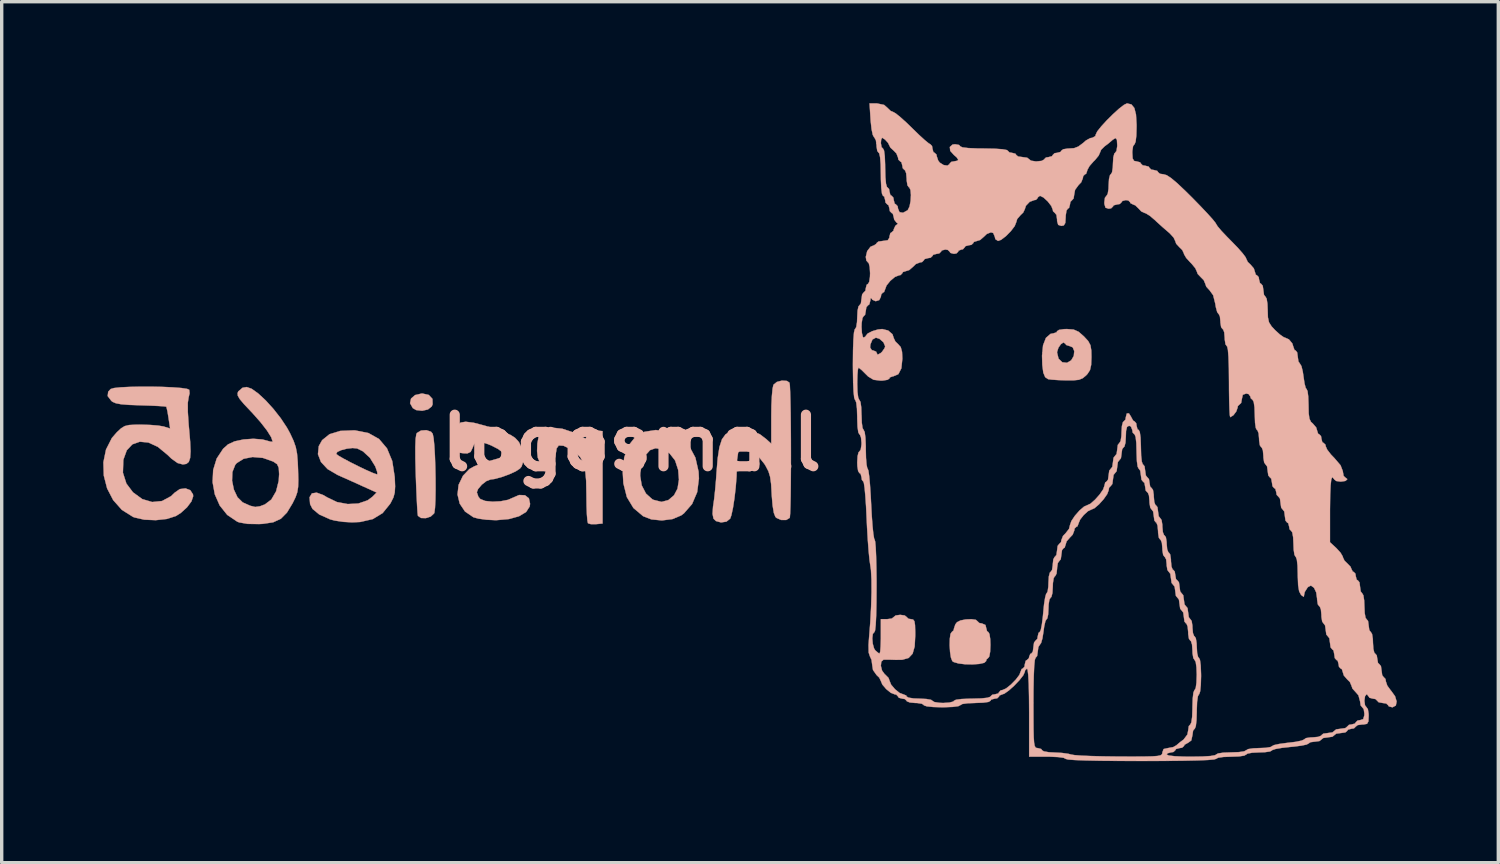
<source format=kicad_pcb>
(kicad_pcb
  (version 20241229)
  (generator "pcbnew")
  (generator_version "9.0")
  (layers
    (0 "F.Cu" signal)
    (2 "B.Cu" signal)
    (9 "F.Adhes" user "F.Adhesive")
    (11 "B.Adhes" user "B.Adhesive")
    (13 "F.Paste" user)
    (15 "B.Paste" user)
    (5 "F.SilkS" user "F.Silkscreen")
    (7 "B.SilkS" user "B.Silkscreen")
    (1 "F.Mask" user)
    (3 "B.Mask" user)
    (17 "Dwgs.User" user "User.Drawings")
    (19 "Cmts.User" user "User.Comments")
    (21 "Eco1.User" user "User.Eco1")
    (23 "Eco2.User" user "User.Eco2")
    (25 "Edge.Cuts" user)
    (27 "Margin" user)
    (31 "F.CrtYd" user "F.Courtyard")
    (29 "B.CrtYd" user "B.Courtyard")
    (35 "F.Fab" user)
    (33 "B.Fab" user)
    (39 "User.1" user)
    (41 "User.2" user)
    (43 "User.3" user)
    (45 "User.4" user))
  (footprint "logosmall"
    (layer "F.Cu")
    (at 15.612 10.038)
    (property "Reference" "logosmall" (at 0 0 0) (layer "B.SilkS") (effects (font (size 1.524 1.524) (thickness 0.3))))
    (attr through_hole)
    (fp_poly (pts (xy -5.991 -1.417) (xy -5.884 -1.302) (xy -5.879 -1.143) (xy -5.905 -1.079) (xy -6.017 -0.989) (xy -6.188 -0.951) (xy -6.364 -0.971) (xy -6.464 -1.029) (xy -6.545 -1.174) (xy -6.516 -1.311) (xy -6.395 -1.415) (xy -6.2 -1.46) (xy -6.181 -1.46) (xy -5.991 -1.417)) (stroke (width 0.01) (type solid)) (fill yes) (layer "B.SilkS"))
    (fp_poly (pts (xy -5.926 -0.331) (xy -5.876 -0.27) (xy -5.85 -0.143) (xy -5.828 0.08) (xy -5.811 0.371) (xy -5.799 0.703) (xy -5.792 1.051) (xy -5.791 1.387) (xy -5.796 1.686) (xy -5.808 1.919) (xy -5.827 2.061) (xy -5.835 2.082) (xy -5.935 2.175) (xy -6.08 2.222) (xy -6.222 2.218) (xy -6.31 2.156) (xy -6.315 2.143) (xy -6.325 2.056) (xy -6.337 1.865) (xy -6.351 1.59) (xy -6.365 1.255) (xy -6.377 0.928) (xy -6.389 0.464) (xy -6.39 0.119) (xy -6.381 -0.119) (xy -6.36 -0.257) (xy -6.343 -0.294) (xy -6.221 -0.366) (xy -6.063 -0.377) (xy -5.926 -0.331)) (stroke (width 0.01) (type solid)) (fill yes) (layer "B.SilkS"))
    (fp_poly (pts (xy 10.174 5.227) (xy 10.223 5.271) (xy 10.277 5.322) (xy 10.351 5.334) (xy 10.457 5.379) (xy 10.477 5.461) (xy 10.504 5.564) (xy 10.541 5.588) (xy 10.575 5.646) (xy 10.598 5.797) (xy 10.604 5.969) (xy 10.595 6.172) (xy 10.57 6.31) (xy 10.541 6.35) (xy 10.485 6.401) (xy 10.477 6.445) (xy 10.421 6.497) (xy 10.274 6.53) (xy 10.075 6.544) (xy 9.858 6.54) (xy 9.66 6.516) (xy 9.517 6.474) (xy 9.477 6.446) (xy 9.437 6.344) (xy 9.411 6.174) (xy 9.399 5.975) (xy 9.404 5.784) (xy 9.424 5.643) (xy 9.461 5.588) (xy 9.517 5.536) (xy 9.525 5.488) (xy 9.567 5.362) (xy 9.616 5.298) (xy 9.719 5.246) (xy 9.877 5.215) (xy 10.043 5.208) (xy 10.174 5.227)) (stroke (width 0.01) (type solid)) (fill yes) (layer "B.SilkS"))
    (fp_poly (pts (xy -2.047 -0.419) (xy -1.751 -0.321) (xy -1.678 -0.286) (xy -1.505 -0.199) (xy -1.388 -0.141) (xy -1.357 -0.127) (xy -1.336 -0.179) (xy -1.314 -0.258) (xy -1.263 -0.349) (xy -1.15 -0.374) (xy -1.068 -0.37) (xy -0.857 -0.349) (xy -0.857 2.381) (xy -1.05 2.4) (xy -1.201 2.4) (xy -1.288 2.374) (xy -1.305 2.296) (xy -1.32 2.118) (xy -1.33 1.864) (xy -1.334 1.56) (xy -1.334 1.529) (xy -1.342 1.119) (xy -1.37 0.813) (xy -1.427 0.586) (xy -1.52 0.417) (xy -1.658 0.282) (xy -1.793 0.19) (xy -2.012 0.083) (xy -2.152 0.075) (xy -2.217 0.166) (xy -2.223 0.226) (xy -2.263 0.437) (xy -2.366 0.582) (xy -2.508 0.644) (xy -2.66 0.605) (xy -2.718 0.559) (xy -2.771 0.436) (xy -2.792 0.239) (xy -2.783 0.015) (xy -2.746 -0.188) (xy -2.695 -0.303) (xy -2.547 -0.411) (xy -2.322 -0.449) (xy -2.047 -0.419)) (stroke (width 0.01) (type solid)) (fill yes) (layer "B.SilkS"))
    (fp_poly (pts (xy 1.109 -0.325) (xy 1.441 -0.163) (xy 1.703 0.094) (xy 1.886 0.435) (xy 1.98 0.85) (xy 1.99 1.051) (xy 1.939 1.453) (xy 1.789 1.803) (xy 1.549 2.079) (xy 1.467 2.141) (xy 1.208 2.25) (xy 0.896 2.29) (xy 0.584 2.259) (xy 0.342 2.165) (xy 0.055 1.923) (xy -0.139 1.601) (xy -0.242 1.194) (xy -0.255 0.97) (xy 0.254 0.97) (xy 0.3 1.254) (xy 0.426 1.497) (xy 0.609 1.662) (xy 0.648 1.682) (xy 0.886 1.742) (xy 1.087 1.689) (xy 1.254 1.547) (xy 1.358 1.35) (xy 1.4 1.086) (xy 1.378 0.799) (xy 1.291 0.532) (xy 1.278 0.507) (xy 1.12 0.306) (xy 0.918 0.185) (xy 0.706 0.157) (xy 0.544 0.214) (xy 0.41 0.365) (xy 0.31 0.601) (xy 0.258 0.88) (xy 0.254 0.97) (xy -0.255 0.97) (xy -0.261 0.868) (xy -0.218 0.431) (xy -0.094 0.082) (xy 0.108 -0.173) (xy 0.382 -0.329) (xy 0.716 -0.381) (xy 1.109 -0.325)) (stroke (width 0.01) (type solid)) (fill yes) (layer "B.SilkS"))
    (fp_poly (pts (xy 13.061 -3.35) (xy 13.211 -3.284) (xy 13.369 -3.145) (xy 13.493 -3.01) (xy 13.559 -2.888) (xy 13.585 -2.73) (xy 13.589 -2.539) (xy 13.58 -2.306) (xy 13.546 -2.154) (xy 13.473 -2.04) (xy 13.433 -1.997) (xy 13.332 -1.913) (xy 13.218 -1.866) (xy 13.05 -1.849) (xy 12.846 -1.849) (xy 12.61 -1.857) (xy 12.416 -1.87) (xy 12.31 -1.884) (xy 12.222 -1.943) (xy 12.166 -2.077) (xy 12.137 -2.304) (xy 12.129 -2.578) (xy 12.138 -2.669) (xy 12.573 -2.669) (xy 12.617 -2.49) (xy 12.726 -2.384) (xy 12.867 -2.368) (xy 12.99 -2.44) (xy 13.067 -2.571) (xy 13.081 -2.714) (xy 13.036 -2.824) (xy 12.959 -2.857) (xy 12.846 -2.893) (xy 12.811 -2.936) (xy 12.761 -2.969) (xy 12.686 -2.918) (xy 12.614 -2.816) (xy 12.575 -2.695) (xy 12.573 -2.669) (xy 12.138 -2.669) (xy 12.159 -2.886) (xy 12.244 -3.104) (xy 12.379 -3.222) (xy 12.469 -3.239) (xy 12.559 -3.27) (xy 12.573 -3.302) (xy 12.63 -3.34) (xy 12.774 -3.362) (xy 12.861 -3.365) (xy 13.061 -3.35)) (stroke (width 0.01) (type solid)) (fill yes) (layer "B.SilkS"))
    (fp_poly (pts (xy -8.167 -0.37) (xy -7.775 -0.292) (xy -7.461 -0.115) (xy -7.227 0.161) (xy -7.072 0.535) (xy -6.999 1.005) (xy -6.998 1.021) (xy -6.987 1.285) (xy -6.998 1.466) (xy -7.037 1.611) (xy -7.113 1.762) (xy -7.135 1.8) (xy -7.356 2.073) (xy -7.647 2.25) (xy -8.02 2.336) (xy -8.259 2.347) (xy -8.519 2.332) (xy -8.767 2.295) (xy -8.905 2.259) (xy -9.228 2.114) (xy -9.427 1.95) (xy -9.499 1.809) (xy -9.515 1.606) (xy -9.446 1.491) (xy -9.305 1.469) (xy -9.102 1.544) (xy -8.992 1.61) (xy -8.706 1.747) (xy -8.388 1.806) (xy -8.074 1.79) (xy -7.802 1.697) (xy -7.662 1.595) (xy -7.533 1.466) (xy -7.974 1.266) (xy -8.234 1.148) (xy -8.491 1.033) (xy -8.685 0.947) (xy -8.982 0.773) (xy -9.178 0.563) (xy -9.267 0.332) (xy -9.266 0.322) (xy -8.728 0.322) (xy -8.726 0.326) (xy -8.657 0.379) (xy -8.506 0.466) (xy -8.303 0.574) (xy -8.076 0.688) (xy -7.855 0.794) (xy -7.668 0.877) (xy -7.544 0.924) (xy -7.51 0.927) (xy -7.516 0.859) (xy -7.563 0.722) (xy -7.576 0.689) (xy -7.73 0.44) (xy -7.939 0.247) (xy -8.109 0.163) (xy -8.245 0.15) (xy -8.414 0.17) (xy -8.577 0.212) (xy -8.695 0.266) (xy -8.728 0.322) (xy -9.266 0.322) (xy -9.242 0.094) (xy -9.143 -0.082) (xy -8.924 -0.258) (xy -8.609 -0.355) (xy -8.2 -0.372) (xy -8.167 -0.37)) (stroke (width 0.01) (type solid)) (fill yes) (layer "B.SilkS"))
    (fp_poly (pts (xy 4.591 -1.832) (xy 4.665 -1.781) (xy 4.677 -1.701) (xy 4.686 -1.514) (xy 4.694 -1.237) (xy 4.701 -0.891) (xy 4.705 -0.495) (xy 4.708 -0.067) (xy 4.709 0.374) (xy 4.708 0.807) (xy 4.705 1.215) (xy 4.701 1.577) (xy 4.694 1.876) (xy 4.686 2.091) (xy 4.676 2.204) (xy 4.672 2.215) (xy 4.569 2.277) (xy 4.419 2.276) (xy 4.281 2.215) (xy 4.25 2.185) (xy 4.204 2.067) (xy 4.167 1.846) (xy 4.142 1.547) (xy 4.14 1.502) (xy 4.123 1.208) (xy 4.094 1.001) (xy 4.045 0.84) (xy 3.965 0.686) (xy 3.928 0.625) (xy 3.756 0.408) (xy 3.566 0.25) (xy 3.518 0.223) (xy 3.339 0.16) (xy 3.219 0.178) (xy 3.148 0.29) (xy 3.116 0.508) (xy 3.111 0.702) (xy 3.102 0.992) (xy 3.077 1.314) (xy 3.04 1.634) (xy 2.996 1.919) (xy 2.949 2.137) (xy 2.913 2.237) (xy 2.804 2.325) (xy 2.644 2.349) (xy 2.493 2.308) (xy 2.421 2.237) (xy 2.393 2.095) (xy 2.407 1.883) (xy 2.414 1.841) (xy 2.441 1.653) (xy 2.47 1.383) (xy 2.497 1.072) (xy 2.509 0.889) (xy 2.545 0.451) (xy 2.596 0.124) (xy 2.671 -0.107) (xy 2.779 -0.257) (xy 2.931 -0.342) (xy 3.133 -0.377) (xy 3.257 -0.381) (xy 3.555 -0.353) (xy 3.792 -0.256) (xy 3.985 -0.108) (xy 4.128 0.022) (xy 4.128 -0.787) (xy 4.132 -1.105) (xy 4.146 -1.385) (xy 4.166 -1.598) (xy 4.191 -1.714) (xy 4.193 -1.719) (xy 4.293 -1.802) (xy 4.445 -1.842) (xy 4.591 -1.832)) (stroke (width 0.01) (type solid)) (fill yes) (layer "B.SilkS"))
    (fp_poly (pts (xy -4.665 -0.596) (xy -4.333 -0.509) (xy -4.065 -0.424) (xy -3.773 -0.321) (xy -3.576 -0.236) (xy -3.445 -0.152) (xy -3.352 -0.054) (xy -3.318 -0.006) (xy -3.205 0.242) (xy -3.182 0.489) (xy -3.25 0.698) (xy -3.299 0.758) (xy -3.424 0.84) (xy -3.625 0.931) (xy -3.853 1.013) (xy -4.059 1.067) (xy -4.162 1.079) (xy -4.287 1.125) (xy -4.426 1.233) (xy -4.536 1.363) (xy -4.572 1.457) (xy -4.526 1.591) (xy -4.47 1.657) (xy -4.326 1.714) (xy -4.11 1.736) (xy -3.868 1.724) (xy -3.649 1.681) (xy -3.529 1.628) (xy -3.323 1.539) (xy -3.15 1.546) (xy -3.034 1.636) (xy -2.999 1.799) (xy -3.011 1.877) (xy -3.115 2.039) (xy -3.325 2.166) (xy -3.622 2.249) (xy -3.99 2.282) (xy -4.032 2.282) (xy -4.29 2.269) (xy -4.524 2.237) (xy -4.673 2.196) (xy -4.921 2.027) (xy -5.078 1.794) (xy -5.143 1.523) (xy -5.111 1.239) (xy -4.982 0.971) (xy -4.793 0.772) (xy -4.648 0.691) (xy -4.428 0.603) (xy -4.188 0.53) (xy -3.972 0.469) (xy -3.815 0.416) (xy -3.747 0.379) (xy -3.747 0.377) (xy -3.801 0.286) (xy -3.945 0.178) (xy -4.145 0.075) (xy -4.25 0.033) (xy -4.451 -0.034) (xy -4.566 -0.052) (xy -4.63 -0.012) (xy -4.677 0.093) (xy -4.691 0.131) (xy -4.755 0.265) (xy -4.852 0.31) (xy -4.967 0.306) (xy -5.086 0.289) (xy -5.148 0.246) (xy -5.171 0.144) (xy -5.173 -0.049) (xy -5.173 -0.064) (xy -5.165 -0.281) (xy -5.144 -0.457) (xy -5.128 -0.524) (xy -5.052 -0.602) (xy -4.902 -0.626) (xy -4.665 -0.596)) (stroke (width 0.01) (type solid)) (fill yes) (layer "B.SilkS"))
    (fp_poly (pts (xy -11.226 -1.6) (xy -11.033 -1.462) (xy -10.812 -1.257) (xy -10.584 -1.006) (xy -10.367 -0.73) (xy -10.181 -0.449) (xy -10.09 -0.282) (xy -9.988 -0.063) (xy -9.923 0.122) (xy -9.885 0.318) (xy -9.864 0.568) (xy -9.855 0.79) (xy -9.847 1.089) (xy -9.853 1.299) (xy -9.878 1.457) (xy -9.928 1.601) (xy -10.009 1.767) (xy -10.012 1.775) (xy -10.183 2.058) (xy -10.364 2.241) (xy -10.59 2.345) (xy -10.895 2.391) (xy -11.005 2.397) (xy -11.342 2.392) (xy -11.591 2.349) (xy -11.652 2.326) (xy -11.948 2.126) (xy -12.17 1.848) (xy -12.315 1.518) (xy -12.38 1.16) (xy -12.378 1.115) (xy -11.805 1.115) (xy -11.752 1.377) (xy -11.646 1.603) (xy -11.494 1.754) (xy -11.475 1.764) (xy -11.267 1.857) (xy -11.12 1.892) (xy -10.981 1.872) (xy -10.835 1.817) (xy -10.644 1.672) (xy -10.504 1.431) (xy -10.426 1.119) (xy -10.414 0.921) (xy -10.425 0.735) (xy -10.474 0.628) (xy -10.582 0.554) (xy -10.589 0.55) (xy -10.895 0.442) (xy -11.198 0.416) (xy -11.466 0.469) (xy -11.67 0.598) (xy -11.713 0.651) (xy -11.795 0.859) (xy -11.805 1.115) (xy -12.378 1.115) (xy -12.363 0.8) (xy -12.26 0.463) (xy -12.069 0.173) (xy -11.923 0.042) (xy -11.732 -0.046) (xy -11.466 -0.103) (xy -11.175 -0.123) (xy -10.908 -0.102) (xy -10.798 -0.074) (xy -10.667 -0.037) (xy -10.605 -0.036) (xy -10.604 -0.038) (xy -10.649 -0.17) (xy -10.772 -0.367) (xy -10.961 -0.61) (xy -11.199 -0.879) (xy -11.251 -0.934) (xy -11.453 -1.148) (xy -11.576 -1.294) (xy -11.635 -1.395) (xy -11.642 -1.47) (xy -11.622 -1.521) (xy -11.496 -1.63) (xy -11.372 -1.651) (xy -11.226 -1.6)) (stroke (width 0.01) (type solid)) (fill yes) (layer "B.SilkS"))
    (fp_poly (pts (xy -14.186 -1.663) (xy -13.854 -1.656) (xy -13.551 -1.642) (xy -13.302 -1.623) (xy -13.133 -1.597) (xy -13.071 -1.571) (xy -13.06 -1.466) (xy -13.089 -1.344) (xy -13.113 -1.187) (xy -13.112 -0.915) (xy -13.087 -0.535) (xy -13.077 -0.432) (xy -13.043 -0.037) (xy -13.031 0.249) (xy -13.044 0.443) (xy -13.084 0.561) (xy -13.155 0.619) (xy -13.259 0.635) (xy -13.259 0.635) (xy -13.414 0.594) (xy -13.597 0.463) (xy -13.717 0.348) (xy -14 0.115) (xy -14.276 -0.012) (xy -14.531 -0.036) (xy -14.75 0.041) (xy -14.916 0.217) (xy -15.015 0.49) (xy -15.018 0.508) (xy -15.03 0.88) (xy -14.927 1.202) (xy -14.732 1.46) (xy -14.458 1.66) (xy -14.166 1.746) (xy -13.875 1.717) (xy -13.608 1.573) (xy -13.5 1.469) (xy -13.348 1.364) (xy -13.182 1.343) (xy -13.04 1.396) (xy -12.96 1.518) (xy -12.954 1.575) (xy -13.005 1.727) (xy -13.137 1.903) (xy -13.319 2.068) (xy -13.465 2.16) (xy -13.731 2.246) (xy -14.06 2.282) (xy -14.398 2.268) (xy -14.691 2.201) (xy -14.732 2.185) (xy -15.061 1.978) (xy -15.317 1.69) (xy -15.497 1.344) (xy -15.595 0.963) (xy -15.607 0.572) (xy -15.529 0.194) (xy -15.356 -0.146) (xy -15.207 -0.318) (xy -15.085 -0.431) (xy -14.978 -0.497) (xy -14.848 -0.529) (xy -14.654 -0.539) (xy -14.49 -0.54) (xy -14.227 -0.532) (xy -13.99 -0.513) (xy -13.828 -0.486) (xy -13.819 -0.483) (xy -13.635 -0.426) (xy -13.682 -0.737) (xy -13.712 -0.921) (xy -13.74 -1.044) (xy -13.75 -1.071) (xy -13.818 -1.081) (xy -13.988 -1.092) (xy -14.232 -1.103) (xy -14.51 -1.112) (xy -14.848 -1.124) (xy -15.082 -1.143) (xy -15.236 -1.172) (xy -15.335 -1.214) (xy -15.371 -1.242) (xy -15.48 -1.385) (xy -15.465 -1.513) (xy -15.392 -1.593) (xy -15.296 -1.622) (xy -15.101 -1.643) (xy -14.835 -1.656) (xy -14.521 -1.663) (xy -14.186 -1.663)) (stroke (width 0.01) (type solid)) (fill yes) (layer "B.SilkS"))
    (fp_poly (pts (xy 7.462 -9.988) (xy 7.556 -9.906) (xy 7.658 -9.808) (xy 7.73 -9.779) (xy 7.807 -9.736) (xy 7.949 -9.621) (xy 8.135 -9.453) (xy 8.289 -9.303) (xy 8.49 -9.107) (xy 8.662 -8.95) (xy 8.783 -8.851) (xy 8.828 -8.826) (xy 8.878 -8.773) (xy 8.89 -8.7) (xy 8.917 -8.596) (xy 8.954 -8.572) (xy 9.009 -8.521) (xy 9.017 -8.473) (xy 9.059 -8.346) (xy 9.108 -8.282) (xy 9.221 -8.211) (xy 9.333 -8.195) (xy 9.396 -8.238) (xy 9.398 -8.255) (xy 9.451 -8.307) (xy 9.525 -8.319) (xy 9.628 -8.339) (xy 9.652 -8.368) (xy 9.606 -8.439) (xy 9.525 -8.509) (xy 9.416 -8.63) (xy 9.404 -8.744) (xy 9.485 -8.816) (xy 9.557 -8.826) (xy 9.676 -8.805) (xy 9.716 -8.763) (xy 9.776 -8.734) (xy 9.948 -8.713) (xy 10.213 -8.702) (xy 10.414 -8.7) (xy 10.729 -8.694) (xy 10.96 -8.678) (xy 11.09 -8.654) (xy 11.113 -8.636) (xy 11.166 -8.584) (xy 11.239 -8.572) (xy 11.343 -8.546) (xy 11.367 -8.509) (xy 11.422 -8.464) (xy 11.555 -8.446) (xy 11.557 -8.445) (xy 11.691 -8.427) (xy 11.747 -8.383) (xy 11.748 -8.382) (xy 11.803 -8.34) (xy 11.941 -8.319) (xy 11.97 -8.319) (xy 12.117 -8.334) (xy 12.19 -8.374) (xy 12.192 -8.382) (xy 12.245 -8.434) (xy 12.319 -8.445) (xy 12.422 -8.472) (xy 12.446 -8.509) (xy 12.499 -8.561) (xy 12.573 -8.572) (xy 12.676 -8.599) (xy 12.7 -8.636) (xy 12.756 -8.678) (xy 12.893 -8.699) (xy 12.925 -8.7) (xy 13.077 -8.71) (xy 13.201 -8.758) (xy 13.344 -8.864) (xy 13.428 -8.938) (xy 13.555 -9.007) (xy 13.616 -9.017) (xy 13.703 -9.066) (xy 13.716 -9.113) (xy 13.76 -9.205) (xy 13.877 -9.352) (xy 14.04 -9.53) (xy 14.223 -9.712) (xy 14.401 -9.874) (xy 14.549 -9.989) (xy 14.64 -10.033) (xy 14.77 -10.002) (xy 14.856 -9.897) (xy 14.905 -9.702) (xy 14.922 -9.402) (xy 14.922 -9.339) (xy 14.915 -9.086) (xy 14.895 -8.908) (xy 14.865 -8.828) (xy 14.859 -8.826) (xy 14.819 -8.77) (xy 14.797 -8.629) (xy 14.796 -8.572) (xy 14.806 -8.406) (xy 14.849 -8.333) (xy 14.922 -8.319) (xy 15.026 -8.292) (xy 15.05 -8.255) (xy 15.103 -8.203) (xy 15.177 -8.191) (xy 15.28 -8.165) (xy 15.303 -8.128) (xy 15.357 -8.076) (xy 15.431 -8.065) (xy 15.534 -8.038) (xy 15.557 -8.001) (xy 15.612 -7.953) (xy 15.718 -7.938) (xy 15.811 -7.912) (xy 15.942 -7.827) (xy 16.124 -7.674) (xy 16.369 -7.442) (xy 16.576 -7.237) (xy 16.815 -6.992) (xy 17.019 -6.776) (xy 17.172 -6.606) (xy 17.258 -6.498) (xy 17.272 -6.472) (xy 17.315 -6.402) (xy 17.429 -6.267) (xy 17.597 -6.09) (xy 17.716 -5.969) (xy 17.906 -5.774) (xy 18.056 -5.604) (xy 18.145 -5.485) (xy 18.161 -5.446) (xy 18.208 -5.347) (xy 18.288 -5.271) (xy 18.387 -5.156) (xy 18.415 -5.066) (xy 18.445 -4.971) (xy 18.479 -4.953) (xy 18.53 -4.9) (xy 18.542 -4.826) (xy 18.569 -4.723) (xy 18.605 -4.699) (xy 18.65 -4.644) (xy 18.669 -4.511) (xy 18.669 -4.508) (xy 18.687 -4.375) (xy 18.732 -4.318) (xy 18.733 -4.318) (xy 18.766 -4.26) (xy 18.789 -4.109) (xy 18.796 -3.935) (xy 18.803 -3.711) (xy 18.835 -3.564) (xy 18.912 -3.443) (xy 19.016 -3.332) (xy 19.158 -3.203) (xy 19.271 -3.124) (xy 19.306 -3.112) (xy 19.423 -3.06) (xy 19.523 -2.941) (xy 19.558 -2.83) (xy 19.591 -2.743) (xy 19.622 -2.731) (xy 19.667 -2.675) (xy 19.685 -2.545) (xy 19.705 -2.406) (xy 19.752 -2.338) (xy 19.794 -2.268) (xy 19.833 -2.109) (xy 19.856 -1.952) (xy 19.885 -1.756) (xy 19.92 -1.624) (xy 19.948 -1.587) (xy 19.974 -1.529) (xy 19.994 -1.376) (xy 20.002 -1.158) (xy 20.003 -1.125) (xy 20.008 -0.874) (xy 20.029 -0.718) (xy 20.074 -0.623) (xy 20.13 -0.572) (xy 20.229 -0.457) (xy 20.256 -0.367) (xy 20.286 -0.272) (xy 20.32 -0.254) (xy 20.372 -0.201) (xy 20.384 -0.127) (xy 20.41 -0.024) (xy 20.447 0) (xy 20.503 0.052) (xy 20.511 0.1) (xy 20.554 0.197) (xy 20.665 0.341) (xy 20.765 0.445) (xy 20.949 0.66) (xy 21.018 0.839) (xy 21.018 0.852) (xy 21.04 0.974) (xy 21.082 1.016) (xy 21.144 1.064) (xy 21.145 1.079) (xy 21.09 1.124) (xy 20.957 1.143) (xy 20.955 1.143) (xy 20.821 1.125) (xy 20.765 1.08) (xy 20.765 1.079) (xy 20.716 1.018) (xy 20.701 1.016) (xy 20.675 1.078) (xy 20.656 1.255) (xy 20.643 1.539) (xy 20.638 1.916) (xy 20.637 1.975) (xy 20.637 2.934) (xy 20.828 3.111) (xy 20.949 3.244) (xy 21.014 3.355) (xy 21.018 3.377) (xy 21.066 3.479) (xy 21.145 3.556) (xy 21.244 3.657) (xy 21.273 3.729) (xy 21.312 3.804) (xy 21.336 3.81) (xy 21.388 3.863) (xy 21.399 3.937) (xy 21.426 4.04) (xy 21.463 4.064) (xy 21.508 4.119) (xy 21.526 4.252) (xy 21.526 4.255) (xy 21.545 4.388) (xy 21.589 4.445) (xy 21.59 4.445) (xy 21.624 4.503) (xy 21.647 4.654) (xy 21.654 4.826) (xy 21.663 5.029) (xy 21.688 5.167) (xy 21.717 5.207) (xy 21.762 5.262) (xy 21.78 5.395) (xy 21.78 5.397) (xy 21.799 5.531) (xy 21.843 5.588) (xy 21.844 5.588) (xy 21.88 5.645) (xy 21.903 5.791) (xy 21.907 5.905) (xy 21.919 6.087) (xy 21.948 6.202) (xy 21.971 6.223) (xy 22.019 6.277) (xy 22.035 6.382) (xy 22.056 6.501) (xy 22.098 6.54) (xy 22.143 6.596) (xy 22.161 6.729) (xy 22.162 6.731) (xy 22.18 6.865) (xy 22.224 6.921) (xy 22.225 6.921) (xy 22.277 6.975) (xy 22.288 7.046) (xy 22.331 7.173) (xy 22.436 7.317) (xy 22.447 7.328) (xy 22.56 7.485) (xy 22.606 7.639) (xy 22.583 7.759) (xy 22.488 7.81) (xy 22.479 7.811) (xy 22.376 7.784) (xy 22.352 7.747) (xy 22.298 7.699) (xy 22.193 7.684) (xy 22.074 7.662) (xy 22.035 7.62) (xy 21.981 7.568) (xy 21.907 7.556) (xy 21.804 7.53) (xy 21.78 7.493) (xy 21.732 7.431) (xy 21.717 7.429) (xy 21.672 7.485) (xy 21.654 7.618) (xy 21.654 7.62) (xy 21.672 7.754) (xy 21.716 7.81) (xy 21.717 7.811) (xy 21.757 7.867) (xy 21.779 8.008) (xy 21.78 8.065) (xy 21.773 8.227) (xy 21.732 8.3) (xy 21.631 8.318) (xy 21.59 8.319) (xy 21.456 8.337) (xy 21.4 8.381) (xy 21.399 8.382) (xy 21.346 8.434) (xy 21.273 8.445) (xy 21.169 8.472) (xy 21.145 8.509) (xy 21.09 8.554) (xy 20.957 8.572) (xy 20.955 8.572) (xy 20.821 8.591) (xy 20.765 8.635) (xy 20.765 8.636) (xy 20.709 8.681) (xy 20.576 8.699) (xy 20.574 8.7) (xy 20.44 8.718) (xy 20.384 8.762) (xy 20.384 8.763) (xy 20.328 8.808) (xy 20.195 8.826) (xy 20.193 8.826) (xy 20.059 8.843) (xy 20.003 8.882) (xy 20.003 8.882) (xy 19.944 8.913) (xy 19.788 8.945) (xy 19.563 8.974) (xy 19.463 8.983) (xy 19.219 9.01) (xy 19.033 9.042) (xy 18.932 9.075) (xy 18.923 9.086) (xy 18.865 9.117) (xy 18.715 9.138) (xy 18.542 9.144) (xy 18.339 9.154) (xy 18.201 9.179) (xy 18.161 9.207) (xy 18.102 9.24) (xy 17.945 9.263) (xy 17.717 9.271) (xy 17.716 9.271) (xy 17.488 9.279) (xy 17.331 9.302) (xy 17.272 9.334) (xy 17.272 9.335) (xy 17.209 9.353) (xy 17.023 9.369) (xy 16.716 9.381) (xy 16.292 9.39) (xy 15.755 9.396) (xy 15.108 9.398) (xy 15.05 9.398) (xy 14.393 9.396) (xy 13.847 9.391) (xy 13.414 9.382) (xy 13.098 9.37) (xy 12.901 9.355) (xy 12.827 9.336) (xy 12.827 9.335) (xy 12.767 9.304) (xy 12.603 9.282) (xy 12.357 9.271) (xy 12.287 9.271) (xy 11.748 9.271) (xy 11.748 7.969) (xy 11.746 7.684) (xy 11.874 7.684) (xy 11.875 8.127) (xy 11.877 8.459) (xy 11.883 8.697) (xy 11.894 8.855) (xy 11.911 8.95) (xy 11.937 8.998) (xy 11.972 9.015) (xy 12.002 9.017) (xy 12.105 9.044) (xy 12.129 9.081) (xy 12.186 9.115) (xy 12.335 9.14) (xy 12.494 9.148) (xy 12.718 9.16) (xy 12.906 9.186) (xy 12.986 9.207) (xy 13.086 9.224) (xy 13.292 9.24) (xy 13.582 9.252) (xy 13.935 9.261) (xy 14.329 9.266) (xy 14.399 9.267) (xy 14.833 9.268) (xy 15.157 9.266) (xy 15.386 9.261) (xy 15.537 9.25) (xy 15.626 9.232) (xy 15.669 9.205) (xy 15.683 9.169) (xy 15.684 9.144) (xy 15.721 9.045) (xy 15.847 9.017) (xy 15.848 9.017) (xy 16.005 8.988) (xy 16.094 8.938) (xy 16.212 8.839) (xy 16.312 8.765) (xy 16.424 8.616) (xy 16.447 8.495) (xy 16.466 8.367) (xy 16.51 8.319) (xy 16.541 8.259) (xy 16.564 8.097) (xy 16.573 7.856) (xy 16.573 7.811) (xy 16.581 7.559) (xy 16.601 7.382) (xy 16.631 7.304) (xy 16.637 7.303) (xy 16.67 7.244) (xy 16.692 7.086) (xy 16.7 6.858) (xy 16.701 6.858) (xy 16.692 6.63) (xy 16.67 6.472) (xy 16.637 6.413) (xy 16.637 6.413) (xy 16.599 6.357) (xy 16.576 6.213) (xy 16.573 6.128) (xy 16.561 5.957) (xy 16.529 5.855) (xy 16.51 5.842) (xy 16.47 5.786) (xy 16.448 5.645) (xy 16.447 5.588) (xy 16.432 5.429) (xy 16.397 5.34) (xy 16.383 5.334) (xy 16.338 5.279) (xy 16.32 5.146) (xy 16.32 5.144) (xy 16.301 5.01) (xy 16.257 4.953) (xy 16.256 4.953) (xy 16.211 4.898) (xy 16.193 4.765) (xy 16.192 4.763) (xy 16.174 4.629) (xy 16.13 4.572) (xy 16.129 4.572) (xy 16.084 4.517) (xy 16.066 4.384) (xy 16.066 4.381) (xy 16.047 4.248) (xy 16.003 4.191) (xy 16.002 4.191) (xy 15.957 4.136) (xy 15.939 4.003) (xy 15.938 4) (xy 15.92 3.867) (xy 15.876 3.81) (xy 15.875 3.81) (xy 15.833 3.754) (xy 15.812 3.617) (xy 15.812 3.588) (xy 15.796 3.441) (xy 15.756 3.367) (xy 15.748 3.365) (xy 15.708 3.309) (xy 15.686 3.168) (xy 15.684 3.111) (xy 15.67 2.952) (xy 15.635 2.864) (xy 15.621 2.857) (xy 15.581 2.801) (xy 15.559 2.66) (xy 15.557 2.603) (xy 15.543 2.444) (xy 15.508 2.356) (xy 15.494 2.349) (xy 15.449 2.294) (xy 15.431 2.161) (xy 15.431 2.159) (xy 15.412 2.025) (xy 15.368 1.969) (xy 15.367 1.968) (xy 15.327 1.912) (xy 15.305 1.771) (xy 15.303 1.714) (xy 15.289 1.555) (xy 15.254 1.467) (xy 15.24 1.46) (xy 15.192 1.406) (xy 15.177 1.302) (xy 15.155 1.182) (xy 15.113 1.143) (xy 15.068 1.088) (xy 15.05 0.955) (xy 15.05 0.953) (xy 15.031 0.819) (xy 14.987 0.762) (xy 14.986 0.762) (xy 14.955 0.703) (xy 14.932 0.54) (xy 14.923 0.299) (xy 14.922 0.254) (xy 14.915 0.002) (xy 14.895 -0.174) (xy 14.865 -0.252) (xy 14.859 -0.254) (xy 14.807 -0.307) (xy 14.796 -0.381) (xy 14.756 -0.484) (xy 14.7 -0.508) (xy 14.64 -0.474) (xy 14.611 -0.356) (xy 14.605 -0.191) (xy 14.594 -0.009) (xy 14.564 0.106) (xy 14.541 0.127) (xy 14.497 0.182) (xy 14.478 0.315) (xy 14.478 0.318) (xy 14.46 0.451) (xy 14.415 0.508) (xy 14.415 0.508) (xy 14.37 0.563) (xy 14.351 0.696) (xy 14.351 0.699) (xy 14.333 0.832) (xy 14.288 0.889) (xy 14.287 0.889) (xy 14.243 0.944) (xy 14.224 1.077) (xy 14.224 1.079) (xy 14.206 1.213) (xy 14.161 1.27) (xy 14.161 1.27) (xy 14.109 1.323) (xy 14.097 1.399) (xy 14.054 1.512) (xy 13.948 1.663) (xy 13.812 1.814) (xy 13.679 1.928) (xy 13.588 1.968) (xy 13.486 2.016) (xy 13.361 2.129) (xy 13.255 2.264) (xy 13.208 2.375) (xy 13.208 2.378) (xy 13.175 2.465) (xy 13.145 2.477) (xy 13.091 2.529) (xy 13.081 2.589) (xy 13.033 2.712) (xy 12.954 2.794) (xy 12.855 2.908) (xy 12.827 2.999) (xy 12.797 3.094) (xy 12.764 3.111) (xy 12.719 3.167) (xy 12.7 3.3) (xy 12.7 3.302) (xy 12.682 3.436) (xy 12.637 3.492) (xy 12.636 3.493) (xy 12.595 3.548) (xy 12.574 3.686) (xy 12.573 3.715) (xy 12.557 3.862) (xy 12.518 3.935) (xy 12.509 3.937) (xy 12.473 3.994) (xy 12.45 4.14) (xy 12.446 4.255) (xy 12.435 4.436) (xy 12.405 4.551) (xy 12.383 4.572) (xy 12.346 4.629) (xy 12.323 4.775) (xy 12.319 4.889) (xy 12.309 5.071) (xy 12.284 5.186) (xy 12.264 5.207) (xy 12.229 5.264) (xy 12.194 5.413) (xy 12.172 5.571) (xy 12.141 5.772) (xy 12.1 5.913) (xy 12.068 5.957) (xy 12.02 6.03) (xy 12.002 6.165) (xy 11.983 6.296) (xy 11.938 6.35) (xy 11.915 6.412) (xy 11.897 6.595) (xy 11.884 6.89) (xy 11.876 7.292) (xy 11.874 7.684) (xy 11.746 7.684) (xy 11.744 7.495) (xy 11.736 7.121) (xy 11.721 6.854) (xy 11.702 6.702) (xy 11.684 6.668) (xy 11.628 6.719) (xy 11.62 6.764) (xy 11.575 6.865) (xy 11.461 7.01) (xy 11.308 7.171) (xy 11.149 7.314) (xy 11.015 7.409) (xy 10.955 7.429) (xy 10.87 7.463) (xy 10.858 7.493) (xy 10.805 7.545) (xy 10.732 7.556) (xy 10.628 7.583) (xy 10.604 7.62) (xy 10.546 7.653) (xy 10.388 7.675) (xy 10.16 7.683) (xy 10.16 7.684) (xy 9.932 7.692) (xy 9.774 7.714) (xy 9.716 7.747) (xy 9.716 7.747) (xy 9.656 7.778) (xy 9.492 7.8) (xy 9.245 7.81) (xy 9.176 7.811) (xy 8.913 7.803) (xy 8.727 7.784) (xy 8.64 7.755) (xy 8.636 7.747) (xy 8.58 7.707) (xy 8.439 7.685) (xy 8.382 7.684) (xy 8.223 7.669) (xy 8.134 7.634) (xy 8.128 7.62) (xy 8.075 7.568) (xy 8.001 7.556) (xy 7.898 7.53) (xy 7.874 7.493) (xy 7.822 7.437) (xy 7.776 7.429) (xy 7.66 7.383) (xy 7.524 7.273) (xy 7.411 7.141) (xy 7.366 7.034) (xy 7.319 6.935) (xy 7.239 6.858) (xy 7.134 6.709) (xy 7.112 6.571) (xy 7.091 6.41) (xy 7.043 6.306) (xy 7.006 6.194) (xy 7.002 5.969) (xy 7.014 5.801) (xy 7.052 5.314) (xy 7.078 4.841) (xy 7.091 4.408) (xy 7.089 4.038) (xy 7.074 3.754) (xy 7.055 3.623) (xy 7.031 3.458) (xy 7.005 3.194) (xy 6.98 2.861) (xy 6.958 2.488) (xy 6.946 2.232) (xy 6.929 1.876) (xy 6.908 1.569) (xy 6.886 1.331) (xy 6.864 1.183) (xy 6.848 1.143) (xy 6.805 1.09) (xy 6.795 1.016) (xy 6.768 0.913) (xy 6.731 0.889) (xy 6.695 0.832) (xy 6.672 0.686) (xy 6.668 0.572) (xy 6.679 0.39) (xy 6.708 0.275) (xy 6.731 0.254) (xy 6.771 0.198) (xy 6.793 0.057) (xy 6.795 0) (xy 6.78 -0.159) (xy 6.745 -0.248) (xy 6.731 -0.254) (xy 6.7 -0.313) (xy 6.677 -0.476) (xy 6.668 -0.717) (xy 6.668 -0.762) (xy 6.66 -1.014) (xy 6.64 -1.19) (xy 6.61 -1.268) (xy 6.604 -1.27) (xy 6.579 -1.332) (xy 6.56 -1.511) (xy 6.549 -1.746) (xy 6.668 -1.746) (xy 6.675 -1.506) (xy 6.697 -1.339) (xy 6.728 -1.27) (xy 6.731 -1.27) (xy 6.764 -1.211) (xy 6.786 -1.054) (xy 6.794 -0.826) (xy 6.795 -0.826) (xy 6.803 -0.597) (xy 6.825 -0.44) (xy 6.858 -0.381) (xy 6.858 -0.381) (xy 6.888 -0.321) (xy 6.91 -0.155) (xy 6.921 0.096) (xy 6.921 0.191) (xy 6.927 0.442) (xy 6.943 0.637) (xy 6.965 0.748) (xy 6.977 0.762) (xy 6.999 0.822) (xy 7.022 0.988) (xy 7.045 1.239) (xy 7.066 1.554) (xy 7.079 1.81) (xy 7.098 2.158) (xy 7.12 2.458) (xy 7.144 2.687) (xy 7.167 2.826) (xy 7.182 2.857) (xy 7.199 2.918) (xy 7.214 3.088) (xy 7.226 3.349) (xy 7.234 3.684) (xy 7.239 4.076) (xy 7.239 4.223) (xy 7.236 4.711) (xy 7.228 5.099) (xy 7.214 5.378) (xy 7.195 5.543) (xy 7.176 5.588) (xy 7.129 5.642) (xy 7.113 5.771) (xy 7.126 5.93) (xy 7.165 6.072) (xy 7.203 6.132) (xy 7.293 6.207) (xy 7.33 6.223) (xy 7.347 6.165) (xy 7.359 6.009) (xy 7.366 5.787) (xy 7.366 5.715) (xy 7.366 5.207) (xy 7.556 5.207) (xy 7.69 5.189) (xy 7.747 5.144) (xy 7.747 5.144) (xy 7.802 5.099) (xy 7.935 5.08) (xy 7.938 5.08) (xy 8.071 5.098) (xy 8.128 5.143) (xy 8.128 5.144) (xy 8.181 5.195) (xy 8.255 5.207) (xy 8.319 5.218) (xy 8.358 5.269) (xy 8.376 5.385) (xy 8.382 5.593) (xy 8.382 5.692) (xy 8.365 6.013) (xy 8.304 6.228) (xy 8.186 6.354) (xy 7.998 6.407) (xy 7.811 6.41) (xy 7.619 6.404) (xy 7.476 6.404) (xy 7.445 6.405) (xy 7.379 6.463) (xy 7.366 6.586) (xy 7.401 6.726) (xy 7.479 6.833) (xy 7.493 6.843) (xy 7.593 6.944) (xy 7.62 7.02) (xy 7.668 7.141) (xy 7.784 7.278) (xy 7.922 7.389) (xy 8.03 7.429) (xy 8.116 7.463) (xy 8.128 7.493) (xy 8.186 7.527) (xy 8.337 7.55) (xy 8.509 7.556) (xy 8.712 7.566) (xy 8.85 7.591) (xy 8.89 7.62) (xy 8.947 7.656) (xy 9.093 7.679) (xy 9.207 7.684) (xy 9.389 7.672) (xy 9.504 7.643) (xy 9.525 7.62) (xy 9.585 7.589) (xy 9.749 7.567) (xy 9.995 7.557) (xy 10.065 7.556) (xy 10.328 7.549) (xy 10.514 7.53) (xy 10.601 7.501) (xy 10.604 7.493) (xy 10.658 7.441) (xy 10.732 7.429) (xy 10.835 7.403) (xy 10.858 7.366) (xy 10.91 7.31) (xy 10.956 7.303) (xy 11.064 7.256) (xy 11.208 7.142) (xy 11.352 6.996) (xy 11.459 6.855) (xy 11.493 6.765) (xy 11.527 6.679) (xy 11.557 6.668) (xy 11.609 6.614) (xy 11.62 6.54) (xy 11.647 6.437) (xy 11.684 6.413) (xy 11.74 6.362) (xy 11.748 6.318) (xy 11.782 6.234) (xy 11.811 6.223) (xy 11.856 6.168) (xy 11.874 6.035) (xy 11.874 6.032) (xy 11.893 5.899) (xy 11.937 5.842) (xy 11.938 5.842) (xy 11.99 5.789) (xy 12.002 5.715) (xy 12.026 5.612) (xy 12.06 5.588) (xy 12.091 5.529) (xy 12.123 5.372) (xy 12.152 5.145) (xy 12.164 5.016) (xy 12.189 4.765) (xy 12.22 4.57) (xy 12.25 4.46) (xy 12.264 4.445) (xy 12.295 4.388) (xy 12.315 4.242) (xy 12.319 4.128) (xy 12.33 3.946) (xy 12.36 3.831) (xy 12.383 3.81) (xy 12.424 3.754) (xy 12.445 3.617) (xy 12.446 3.588) (xy 12.462 3.441) (xy 12.501 3.367) (xy 12.509 3.365) (xy 12.554 3.31) (xy 12.573 3.177) (xy 12.573 3.175) (xy 12.591 3.041) (xy 12.636 2.985) (xy 12.636 2.985) (xy 12.69 2.932) (xy 12.7 2.872) (xy 12.748 2.749) (xy 12.827 2.667) (xy 12.927 2.538) (xy 12.954 2.429) (xy 12.996 2.308) (xy 13.101 2.151) (xy 13.237 1.996) (xy 13.371 1.881) (xy 13.462 1.841) (xy 13.563 1.794) (xy 13.697 1.675) (xy 13.832 1.523) (xy 13.934 1.374) (xy 13.97 1.272) (xy 13.996 1.168) (xy 14.034 1.143) (xy 14.078 1.088) (xy 14.097 0.955) (xy 14.097 0.953) (xy 14.115 0.819) (xy 14.16 0.762) (xy 14.161 0.762) (xy 14.205 0.707) (xy 14.224 0.574) (xy 14.224 0.572) (xy 14.242 0.438) (xy 14.287 0.381) (xy 14.287 0.381) (xy 14.332 0.326) (xy 14.351 0.193) (xy 14.351 0.191) (xy 14.369 0.057) (xy 14.414 0.000014) (xy 14.415 0) (xy 14.451 -0.057) (xy 14.474 -0.203) (xy 14.478 -0.318) (xy 14.489 -0.499) (xy 14.519 -0.614) (xy 14.541 -0.635) (xy 14.593 -0.688) (xy 14.605 -0.762) (xy 14.634 -0.871) (xy 14.697 -0.873) (xy 14.762 -0.769) (xy 14.764 -0.762) (xy 14.821 -0.659) (xy 14.863 -0.635) (xy 14.911 -0.582) (xy 14.922 -0.508) (xy 14.949 -0.405) (xy 14.986 -0.381) (xy 15.017 -0.322) (xy 15.04 -0.159) (xy 15.049 0.082) (xy 15.05 0.127) (xy 15.057 0.379) (xy 15.077 0.555) (xy 15.107 0.633) (xy 15.113 0.635) (xy 15.158 0.69) (xy 15.176 0.823) (xy 15.177 0.826) (xy 15.195 0.959) (xy 15.239 1.016) (xy 15.24 1.016) (xy 15.288 1.07) (xy 15.303 1.175) (xy 15.325 1.294) (xy 15.367 1.333) (xy 15.407 1.39) (xy 15.429 1.531) (xy 15.431 1.587) (xy 15.445 1.747) (xy 15.48 1.835) (xy 15.494 1.841) (xy 15.539 1.897) (xy 15.557 2.03) (xy 15.557 2.032) (xy 15.576 2.166) (xy 15.62 2.222) (xy 15.621 2.223) (xy 15.661 2.279) (xy 15.683 2.42) (xy 15.684 2.477) (xy 15.699 2.636) (xy 15.734 2.724) (xy 15.748 2.731) (xy 15.788 2.787) (xy 15.81 2.928) (xy 15.812 2.985) (xy 15.826 3.144) (xy 15.861 3.232) (xy 15.875 3.239) (xy 15.915 3.295) (xy 15.937 3.436) (xy 15.938 3.493) (xy 15.953 3.652) (xy 15.988 3.74) (xy 16.002 3.747) (xy 16.05 3.801) (xy 16.066 3.905) (xy 16.087 4.025) (xy 16.129 4.064) (xy 16.174 4.119) (xy 16.192 4.252) (xy 16.192 4.255) (xy 16.211 4.388) (xy 16.255 4.445) (xy 16.256 4.445) (xy 16.301 4.5) (xy 16.319 4.633) (xy 16.32 4.636) (xy 16.338 4.769) (xy 16.382 4.826) (xy 16.383 4.826) (xy 16.428 4.881) (xy 16.446 5.014) (xy 16.447 5.016) (xy 16.465 5.15) (xy 16.509 5.207) (xy 16.51 5.207) (xy 16.55 5.263) (xy 16.572 5.404) (xy 16.573 5.461) (xy 16.588 5.62) (xy 16.623 5.709) (xy 16.637 5.715) (xy 16.673 5.772) (xy 16.696 5.918) (xy 16.701 6.032) (xy 16.712 6.214) (xy 16.741 6.329) (xy 16.764 6.35) (xy 16.795 6.41) (xy 16.817 6.574) (xy 16.827 6.82) (xy 16.828 6.89) (xy 16.82 7.153) (xy 16.801 7.339) (xy 16.772 7.426) (xy 16.764 7.429) (xy 16.733 7.489) (xy 16.71 7.651) (xy 16.701 7.892) (xy 16.701 7.938) (xy 16.693 8.189) (xy 16.673 8.366) (xy 16.643 8.444) (xy 16.637 8.445) (xy 16.592 8.501) (xy 16.573 8.632) (xy 16.539 8.791) (xy 16.447 8.858) (xy 16.344 8.915) (xy 16.32 8.958) (xy 16.266 9.006) (xy 16.192 9.017) (xy 16.089 9.044) (xy 16.066 9.081) (xy 16.012 9.132) (xy 15.938 9.144) (xy 15.835 9.171) (xy 15.812 9.207) (xy 15.872 9.236) (xy 16.045 9.257) (xy 16.313 9.269) (xy 16.542 9.271) (xy 16.867 9.266) (xy 17.106 9.251) (xy 17.244 9.227) (xy 17.272 9.207) (xy 17.331 9.175) (xy 17.488 9.152) (xy 17.716 9.144) (xy 17.716 9.144) (xy 17.945 9.136) (xy 18.102 9.113) (xy 18.161 9.081) (xy 18.161 9.081) (xy 18.219 9.047) (xy 18.37 9.024) (xy 18.542 9.017) (xy 18.743 9.009) (xy 18.881 8.986) (xy 18.923 8.961) (xy 18.981 8.929) (xy 19.135 8.895) (xy 19.354 8.865) (xy 19.399 8.86) (xy 19.627 8.832) (xy 19.795 8.797) (xy 19.873 8.763) (xy 19.875 8.758) (xy 19.932 8.721) (xy 20.073 8.701) (xy 20.13 8.7) (xy 20.289 8.685) (xy 20.377 8.65) (xy 20.384 8.636) (xy 20.439 8.591) (xy 20.572 8.573) (xy 20.574 8.572) (xy 20.708 8.554) (xy 20.764 8.51) (xy 20.765 8.509) (xy 20.82 8.464) (xy 20.953 8.446) (xy 20.955 8.445) (xy 21.089 8.427) (xy 21.145 8.383) (xy 21.145 8.382) (xy 21.199 8.33) (xy 21.273 8.319) (xy 21.376 8.292) (xy 21.399 8.255) (xy 21.453 8.203) (xy 21.526 8.191) (xy 21.619 8.162) (xy 21.652 8.05) (xy 21.654 8.001) (xy 21.635 7.867) (xy 21.591 7.811) (xy 21.59 7.811) (xy 21.544 7.756) (xy 21.526 7.634) (xy 21.478 7.457) (xy 21.399 7.366) (xy 21.301 7.258) (xy 21.273 7.176) (xy 21.225 7.064) (xy 21.145 6.985) (xy 21.046 6.871) (xy 21.018 6.78) (xy 20.989 6.685) (xy 20.955 6.668) (xy 20.903 6.614) (xy 20.892 6.54) (xy 20.865 6.437) (xy 20.828 6.413) (xy 20.78 6.359) (xy 20.765 6.255) (xy 20.743 6.135) (xy 20.701 6.096) (xy 20.656 6.041) (xy 20.638 5.908) (xy 20.637 5.905) (xy 20.619 5.772) (xy 20.575 5.715) (xy 20.574 5.715) (xy 20.529 5.66) (xy 20.511 5.527) (xy 20.511 5.524) (xy 20.492 5.391) (xy 20.448 5.334) (xy 20.447 5.334) (xy 20.407 5.278) (xy 20.385 5.137) (xy 20.384 5.08) (xy 20.369 4.921) (xy 20.334 4.832) (xy 20.32 4.826) (xy 20.278 4.77) (xy 20.257 4.632) (xy 20.256 4.599) (xy 20.231 4.419) (xy 20.168 4.285) (xy 20.161 4.277) (xy 20.074 4.214) (xy 19.996 4.253) (xy 19.971 4.277) (xy 19.892 4.403) (xy 19.875 4.477) (xy 19.864 4.546) (xy 19.811 4.515) (xy 19.78 4.486) (xy 19.726 4.385) (xy 19.696 4.202) (xy 19.685 3.917) (xy 19.685 3.878) (xy 19.678 3.625) (xy 19.658 3.447) (xy 19.628 3.367) (xy 19.622 3.365) (xy 19.588 3.308) (xy 19.565 3.157) (xy 19.558 2.985) (xy 19.548 2.782) (xy 19.523 2.644) (xy 19.494 2.603) (xy 19.443 2.55) (xy 19.431 2.477) (xy 19.404 2.373) (xy 19.367 2.349) (xy 19.323 2.294) (xy 19.304 2.161) (xy 19.304 2.159) (xy 19.286 2.025) (xy 19.241 1.969) (xy 19.241 1.968) (xy 19.196 1.913) (xy 19.177 1.78) (xy 19.177 1.778) (xy 19.159 1.644) (xy 19.114 1.588) (xy 19.113 1.587) (xy 19.062 1.534) (xy 19.05 1.46) (xy 19.023 1.357) (xy 18.986 1.333) (xy 18.939 1.279) (xy 18.923 1.175) (xy 18.901 1.055) (xy 18.86 1.016) (xy 18.815 0.961) (xy 18.796 0.828) (xy 18.796 0.826) (xy 18.778 0.692) (xy 18.733 0.635) (xy 18.733 0.635) (xy 18.693 0.579) (xy 18.671 0.438) (xy 18.669 0.381) (xy 18.655 0.222) (xy 18.62 0.133) (xy 18.605 0.127) (xy 18.566 0.071) (xy 18.544 -0.07) (xy 18.542 -0.127) (xy 18.528 -0.286) (xy 18.493 -0.375) (xy 18.479 -0.381) (xy 18.446 -0.44) (xy 18.423 -0.597) (xy 18.415 -0.825) (xy 18.415 -0.826) (xy 18.407 -1.054) (xy 18.384 -1.211) (xy 18.352 -1.27) (xy 18.352 -1.27) (xy 18.295 -1.321) (xy 18.288 -1.365) (xy 18.235 -1.443) (xy 18.161 -1.46) (xy 18.061 -1.423) (xy 18.034 -1.302) (xy 18.012 -1.182) (xy 17.971 -1.143) (xy 17.915 -1.091) (xy 17.907 -1.043) (xy 17.868 -0.93) (xy 17.782 -0.817) (xy 17.693 -0.762) (xy 17.689 -0.762) (xy 17.677 -0.822) (xy 17.667 -0.988) (xy 17.659 -1.239) (xy 17.654 -1.555) (xy 17.653 -1.81) (xy 17.649 -2.223) (xy 17.638 -2.54) (xy 17.621 -2.753) (xy 17.598 -2.852) (xy 17.59 -2.857) (xy 17.55 -2.914) (xy 17.528 -3.055) (xy 17.526 -3.111) (xy 17.512 -3.271) (xy 17.477 -3.359) (xy 17.462 -3.365) (xy 17.421 -3.421) (xy 17.4 -3.559) (xy 17.399 -3.588) (xy 17.385 -3.735) (xy 17.351 -3.808) (xy 17.344 -3.81) (xy 17.304 -3.867) (xy 17.265 -4.011) (xy 17.248 -4.114) (xy 17.185 -4.365) (xy 17.081 -4.509) (xy 16.982 -4.617) (xy 16.954 -4.699) (xy 16.907 -4.81) (xy 16.828 -4.889) (xy 16.729 -4.993) (xy 16.701 -5.069) (xy 16.657 -5.164) (xy 16.549 -5.295) (xy 16.51 -5.334) (xy 16.389 -5.467) (xy 16.324 -5.578) (xy 16.32 -5.599) (xy 16.272 -5.701) (xy 16.192 -5.779) (xy 16.093 -5.886) (xy 16.064 -5.967) (xy 16.017 -6.068) (xy 15.902 -6.194) (xy 15.869 -6.223) (xy 15.696 -6.372) (xy 15.505 -6.545) (xy 15.46 -6.588) (xy 15.315 -6.711) (xy 15.195 -6.785) (xy 15.161 -6.795) (xy 15.062 -6.841) (xy 14.986 -6.922) (xy 14.885 -7.02) (xy 14.813 -7.049) (xy 14.738 -7.088) (xy 14.732 -7.112) (xy 14.679 -7.164) (xy 14.605 -7.176) (xy 14.502 -7.149) (xy 14.478 -7.112) (xy 14.425 -7.06) (xy 14.351 -7.048) (xy 14.248 -7.022) (xy 14.224 -6.985) (xy 14.171 -6.933) (xy 14.097 -6.921) (xy 14.004 -6.951) (xy 13.971 -7.063) (xy 13.97 -7.112) (xy 13.988 -7.246) (xy 14.033 -7.302) (xy 14.034 -7.303) (xy 14.07 -7.36) (xy 14.093 -7.506) (xy 14.097 -7.62) (xy 14.108 -7.801) (xy 14.138 -7.916) (xy 14.161 -7.938) (xy 14.197 -7.995) (xy 14.22 -8.141) (xy 14.224 -8.255) (xy 14.235 -8.436) (xy 14.265 -8.551) (xy 14.287 -8.572) (xy 14.329 -8.628) (xy 14.35 -8.766) (xy 14.351 -8.795) (xy 14.341 -8.959) (xy 14.301 -9.01) (xy 14.218 -8.959) (xy 14.195 -8.938) (xy 14.078 -8.839) (xy 13.978 -8.765) (xy 13.875 -8.663) (xy 13.843 -8.584) (xy 13.8 -8.488) (xy 13.692 -8.357) (xy 13.652 -8.319) (xy 13.532 -8.182) (xy 13.466 -8.063) (xy 13.462 -8.039) (xy 13.43 -7.951) (xy 13.399 -7.938) (xy 13.345 -7.885) (xy 13.335 -7.825) (xy 13.287 -7.702) (xy 13.208 -7.62) (xy 13.105 -7.479) (xy 13.081 -7.352) (xy 13.061 -7.224) (xy 13.018 -7.176) (xy 12.966 -7.122) (xy 12.954 -7.048) (xy 12.927 -6.945) (xy 12.89 -6.921) (xy 12.851 -6.865) (xy 12.829 -6.724) (xy 12.827 -6.668) (xy 12.816 -6.501) (xy 12.773 -6.428) (xy 12.7 -6.413) (xy 12.607 -6.443) (xy 12.574 -6.555) (xy 12.573 -6.604) (xy 12.555 -6.738) (xy 12.51 -6.794) (xy 12.509 -6.795) (xy 12.454 -6.846) (xy 12.446 -6.893) (xy 12.402 -7.002) (xy 12.298 -7.136) (xy 12.174 -7.251) (xy 12.071 -7.302) (xy 12.068 -7.303) (xy 12.004 -7.256) (xy 12.002 -7.239) (xy 11.95 -7.183) (xy 11.902 -7.176) (xy 11.764 -7.125) (xy 11.653 -7.009) (xy 11.62 -6.908) (xy 11.573 -6.808) (xy 11.493 -6.731) (xy 11.394 -6.616) (xy 11.367 -6.524) (xy 11.321 -6.408) (xy 11.207 -6.258) (xy 11.061 -6.11) (xy 10.919 -6.002) (xy 10.829 -5.969) (xy 10.749 -6.022) (xy 10.732 -6.096) (xy 10.686 -6.203) (xy 10.619 -6.223) (xy 10.496 -6.175) (xy 10.414 -6.096) (xy 10.3 -5.997) (xy 10.209 -5.969) (xy 10.114 -5.939) (xy 10.097 -5.905) (xy 10.043 -5.854) (xy 9.97 -5.842) (xy 9.866 -5.815) (xy 9.842 -5.779) (xy 9.791 -5.722) (xy 9.747 -5.715) (xy 9.663 -5.681) (xy 9.652 -5.652) (xy 9.599 -5.6) (xy 9.525 -5.588) (xy 9.422 -5.615) (xy 9.398 -5.652) (xy 9.345 -5.703) (xy 9.271 -5.715) (xy 9.168 -5.688) (xy 9.144 -5.652) (xy 9.091 -5.6) (xy 9.017 -5.588) (xy 8.914 -5.561) (xy 8.89 -5.524) (xy 8.837 -5.473) (xy 8.763 -5.461) (xy 8.66 -5.434) (xy 8.636 -5.397) (xy 8.583 -5.344) (xy 8.523 -5.334) (xy 8.4 -5.286) (xy 8.319 -5.207) (xy 8.204 -5.108) (xy 8.114 -5.08) (xy 8.019 -5.05) (xy 8.001 -5.016) (xy 7.949 -4.961) (xy 7.903 -4.953) (xy 7.782 -4.905) (xy 7.644 -4.789) (xy 7.533 -4.651) (xy 7.493 -4.543) (xy 7.46 -4.457) (xy 7.429 -4.445) (xy 7.378 -4.392) (xy 7.366 -4.318) (xy 7.318 -4.221) (xy 7.215 -4.188) (xy 7.116 -4.23) (xy 7.091 -4.27) (xy 7.065 -4.281) (xy 7.054 -4.207) (xy 7.026 -4.095) (xy 6.985 -4.064) (xy 6.937 -4.01) (xy 6.921 -3.905) (xy 6.9 -3.786) (xy 6.858 -3.747) (xy 6.822 -3.689) (xy 6.799 -3.543) (xy 6.795 -3.429) (xy 6.806 -3.248) (xy 6.835 -3.133) (xy 6.858 -3.111) (xy 6.92 -3.152) (xy 6.921 -3.165) (xy 6.977 -3.233) (xy 7.112 -3.302) (xy 7.281 -3.352) (xy 7.405 -3.365) (xy 7.581 -3.322) (xy 7.709 -3.212) (xy 7.747 -3.098) (xy 7.794 -2.998) (xy 7.874 -2.921) (xy 7.953 -2.833) (xy 7.992 -2.691) (xy 8.001 -2.49) (xy 7.972 -2.205) (xy 7.883 -2.032) (xy 7.735 -1.969) (xy 7.72 -1.968) (xy 7.632 -1.936) (xy 7.62 -1.905) (xy 7.564 -1.866) (xy 7.422 -1.843) (xy 7.36 -1.841) (xy 7.152 -1.866) (xy 6.992 -1.962) (xy 6.921 -2.032) (xy 6.802 -2.151) (xy 6.719 -2.218) (xy 6.706 -2.223) (xy 6.687 -2.164) (xy 6.674 -2.01) (xy 6.668 -1.791) (xy 6.668 -1.746) (xy 6.549 -1.746) (xy 6.547 -1.798) (xy 6.541 -2.183) (xy 6.54 -2.318) (xy 6.544 -2.731) (xy 6.547 -2.821) (xy 7.048 -2.821) (xy 7.099 -2.741) (xy 7.144 -2.731) (xy 7.228 -2.696) (xy 7.239 -2.667) (xy 7.27 -2.607) (xy 7.362 -2.656) (xy 7.402 -2.694) (xy 7.478 -2.803) (xy 7.493 -2.857) (xy 7.442 -2.975) (xy 7.325 -3.077) (xy 7.219 -3.111) (xy 7.117 -3.055) (xy 7.057 -2.91) (xy 7.048 -2.821) (xy 6.547 -2.821) (xy 6.555 -3.048) (xy 6.572 -3.261) (xy 6.596 -3.36) (xy 6.604 -3.365) (xy 6.639 -3.423) (xy 6.662 -3.571) (xy 6.668 -3.715) (xy 6.678 -3.906) (xy 6.705 -4.033) (xy 6.731 -4.064) (xy 6.776 -4.119) (xy 6.794 -4.252) (xy 6.795 -4.255) (xy 6.813 -4.388) (xy 6.857 -4.445) (xy 6.858 -4.445) (xy 6.91 -4.498) (xy 6.921 -4.572) (xy 6.948 -4.675) (xy 6.985 -4.699) (xy 7.021 -4.756) (xy 7.044 -4.902) (xy 7.048 -5.016) (xy 7.037 -5.198) (xy 7.008 -5.313) (xy 6.985 -5.334) (xy 6.938 -5.388) (xy 6.921 -5.497) (xy 6.962 -5.667) (xy 7.061 -5.797) (xy 7.171 -5.842) (xy 7.236 -5.888) (xy 7.239 -5.905) (xy 7.294 -5.95) (xy 7.427 -5.969) (xy 7.429 -5.969) (xy 7.569 -5.989) (xy 7.618 -6.063) (xy 7.62 -6.096) (xy 7.647 -6.199) (xy 7.684 -6.223) (xy 7.741 -6.274) (xy 7.747 -6.313) (xy 7.796 -6.418) (xy 7.826 -6.44) (xy 7.873 -6.482) (xy 7.826 -6.514) (xy 7.76 -6.601) (xy 7.747 -6.673) (xy 7.719 -6.773) (xy 7.684 -6.795) (xy 7.632 -6.848) (xy 7.62 -6.921) (xy 7.593 -7.025) (xy 7.556 -7.048) (xy 7.505 -7.102) (xy 7.493 -7.176) (xy 7.466 -7.279) (xy 7.429 -7.303) (xy 7.4 -7.363) (xy 7.379 -7.532) (xy 7.367 -7.791) (xy 7.366 -7.938) (xy 7.36 -8.232) (xy 7.343 -8.446) (xy 7.317 -8.559) (xy 7.303 -8.572) (xy 7.26 -8.628) (xy 7.239 -8.765) (xy 7.239 -8.789) (xy 7.23 -8.858) (xy 7.366 -8.858) (xy 7.388 -8.739) (xy 7.429 -8.7) (xy 7.46 -8.64) (xy 7.482 -8.474) (xy 7.492 -8.223) (xy 7.493 -8.128) (xy 7.5 -7.854) (xy 7.518 -7.659) (xy 7.546 -7.563) (xy 7.556 -7.556) (xy 7.608 -7.503) (xy 7.62 -7.429) (xy 7.647 -7.326) (xy 7.684 -7.303) (xy 7.735 -7.249) (xy 7.747 -7.176) (xy 7.774 -7.072) (xy 7.811 -7.048) (xy 7.862 -6.995) (xy 7.874 -6.921) (xy 7.917 -6.819) (xy 8.022 -6.801) (xy 8.151 -6.872) (xy 8.164 -6.885) (xy 8.214 -6.988) (xy 8.245 -7.149) (xy 8.255 -7.326) (xy 8.242 -7.475) (xy 8.204 -7.553) (xy 8.191 -7.556) (xy 8.152 -7.613) (xy 8.13 -7.754) (xy 8.128 -7.811) (xy 8.114 -7.97) (xy 8.079 -8.058) (xy 8.065 -8.065) (xy 8.013 -8.118) (xy 8.001 -8.191) (xy 7.974 -8.295) (xy 7.938 -8.319) (xy 7.884 -8.371) (xy 7.874 -8.431) (xy 7.826 -8.554) (xy 7.747 -8.636) (xy 7.649 -8.726) (xy 7.62 -8.782) (xy 7.579 -8.866) (xy 7.49 -8.964) (xy 7.408 -9.016) (xy 7.402 -9.017) (xy 7.375 -8.963) (xy 7.366 -8.858) (xy 7.23 -8.858) (xy 7.22 -8.942) (xy 7.174 -9.027) (xy 7.167 -9.03) (xy 7.127 -9.103) (xy 7.091 -9.275) (xy 7.065 -9.518) (xy 7.063 -9.544) (xy 7.032 -10.033) (xy 7.248 -10.033) (xy 7.462 -9.988)) (stroke (width 0.01) (type solid)) (fill yes) (layer "B.SilkS")))
  (gr_rect
    (start -3 -3)
    (end 41.223 22.441)
    (stroke (width 0.1) (type default))
    (fill no)
    (layer "Edge.Cuts")))
</source>
